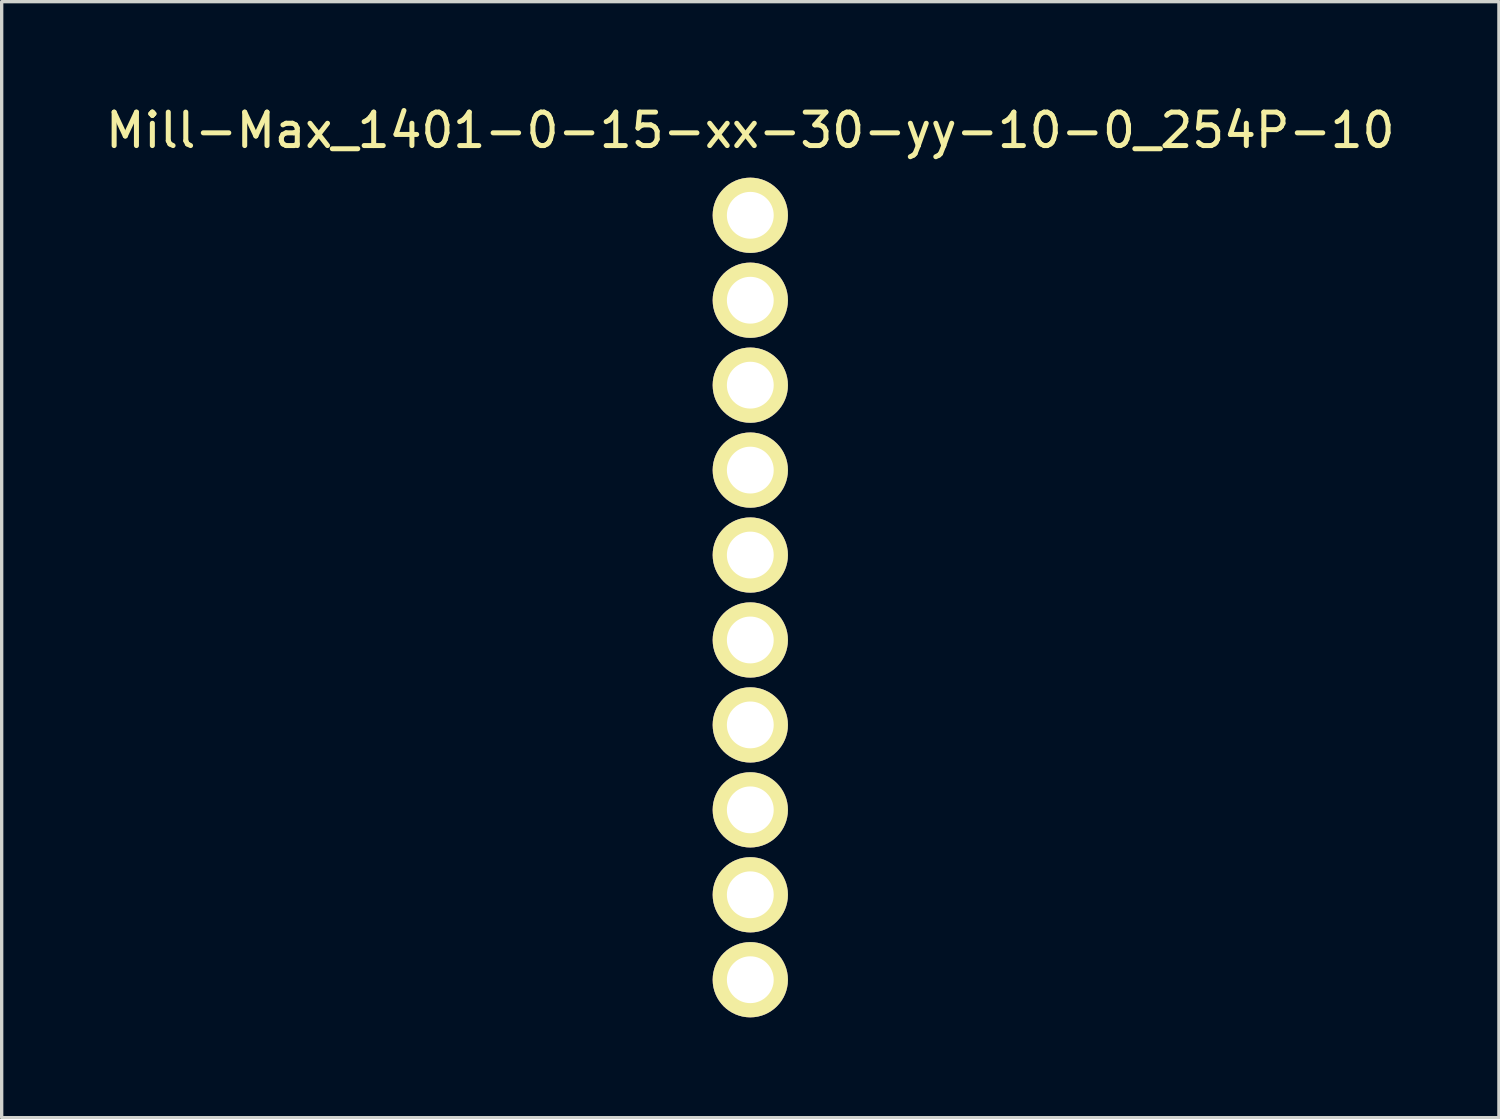
<source format=kicad_pcb>
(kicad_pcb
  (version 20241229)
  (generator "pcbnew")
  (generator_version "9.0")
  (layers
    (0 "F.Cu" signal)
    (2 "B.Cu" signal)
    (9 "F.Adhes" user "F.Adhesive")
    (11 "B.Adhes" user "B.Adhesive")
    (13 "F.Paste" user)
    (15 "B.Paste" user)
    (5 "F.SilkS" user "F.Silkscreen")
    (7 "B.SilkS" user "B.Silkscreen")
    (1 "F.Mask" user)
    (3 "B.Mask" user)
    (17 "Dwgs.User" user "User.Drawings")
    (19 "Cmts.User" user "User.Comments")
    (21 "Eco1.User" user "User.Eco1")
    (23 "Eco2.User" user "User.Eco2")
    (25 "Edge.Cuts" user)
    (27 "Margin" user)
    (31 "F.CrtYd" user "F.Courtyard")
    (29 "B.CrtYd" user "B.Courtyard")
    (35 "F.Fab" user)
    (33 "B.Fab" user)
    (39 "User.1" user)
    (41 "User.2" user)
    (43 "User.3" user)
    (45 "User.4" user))
  (footprint "Mill-Max_1401-0-15-xx-30-yy-10-0_254P-10"
    (layer "F.Cu")
    (at 19.387 14.818)
    (property "Reference" "Mill-Max_1401-0-15-xx-30-yy-10-0_254P-10" (at 0 -13.97 0) (layer "F.SilkS") (effects (font (size 1 1) (thickness 0.15))))
    (attr through_hole)
    (pad "1" thru_hole circle (at 0 -11.43) (size 2.25 2.25) (drill 1.4) (layers "*.Cu" "*.Mask" "F.SilkS"))
    (pad "2" thru_hole circle (at 0 -8.89) (size 2.25 2.25) (drill 1.4) (layers "*.Cu" "*.Mask" "F.SilkS"))
    (pad "3" thru_hole circle (at 0 -6.35) (size 2.25 2.25) (drill 1.4) (layers "*.Cu" "*.Mask" "F.SilkS"))
    (pad "4" thru_hole circle (at 0 -3.81) (size 2.25 2.25) (drill 1.4) (layers "*.Cu" "*.Mask" "F.SilkS"))
    (pad "5" thru_hole circle (at 0 -1.27) (size 2.25 2.25) (drill 1.4) (layers "*.Cu" "*.Mask" "F.SilkS"))
    (pad "6" thru_hole circle (at 0 1.27) (size 2.25 2.25) (drill 1.4) (layers "*.Cu" "*.Mask" "F.SilkS"))
    (pad "7" thru_hole circle (at 0 3.81) (size 2.25 2.25) (drill 1.4) (layers "*.Cu" "*.Mask" "F.SilkS"))
    (pad "8" thru_hole circle (at 0 6.35) (size 2.25 2.25) (drill 1.4) (layers "*.Cu" "*.Mask" "F.SilkS"))
    (pad "9" thru_hole circle (at 0 8.89) (size 2.25 2.25) (drill 1.4) (layers "*.Cu" "*.Mask" "F.SilkS"))
    (pad "10" thru_hole circle (at 0 11.43) (size 2.25 2.25) (drill 1.4) (layers "*.Cu" "*.Mask" "F.SilkS")))
  (gr_rect
    (start -3 -3)
    (end 41.774 30.373)
    (stroke (width 0.1) (type default))
    (fill no)
    (layer "Edge.Cuts")))
</source>
